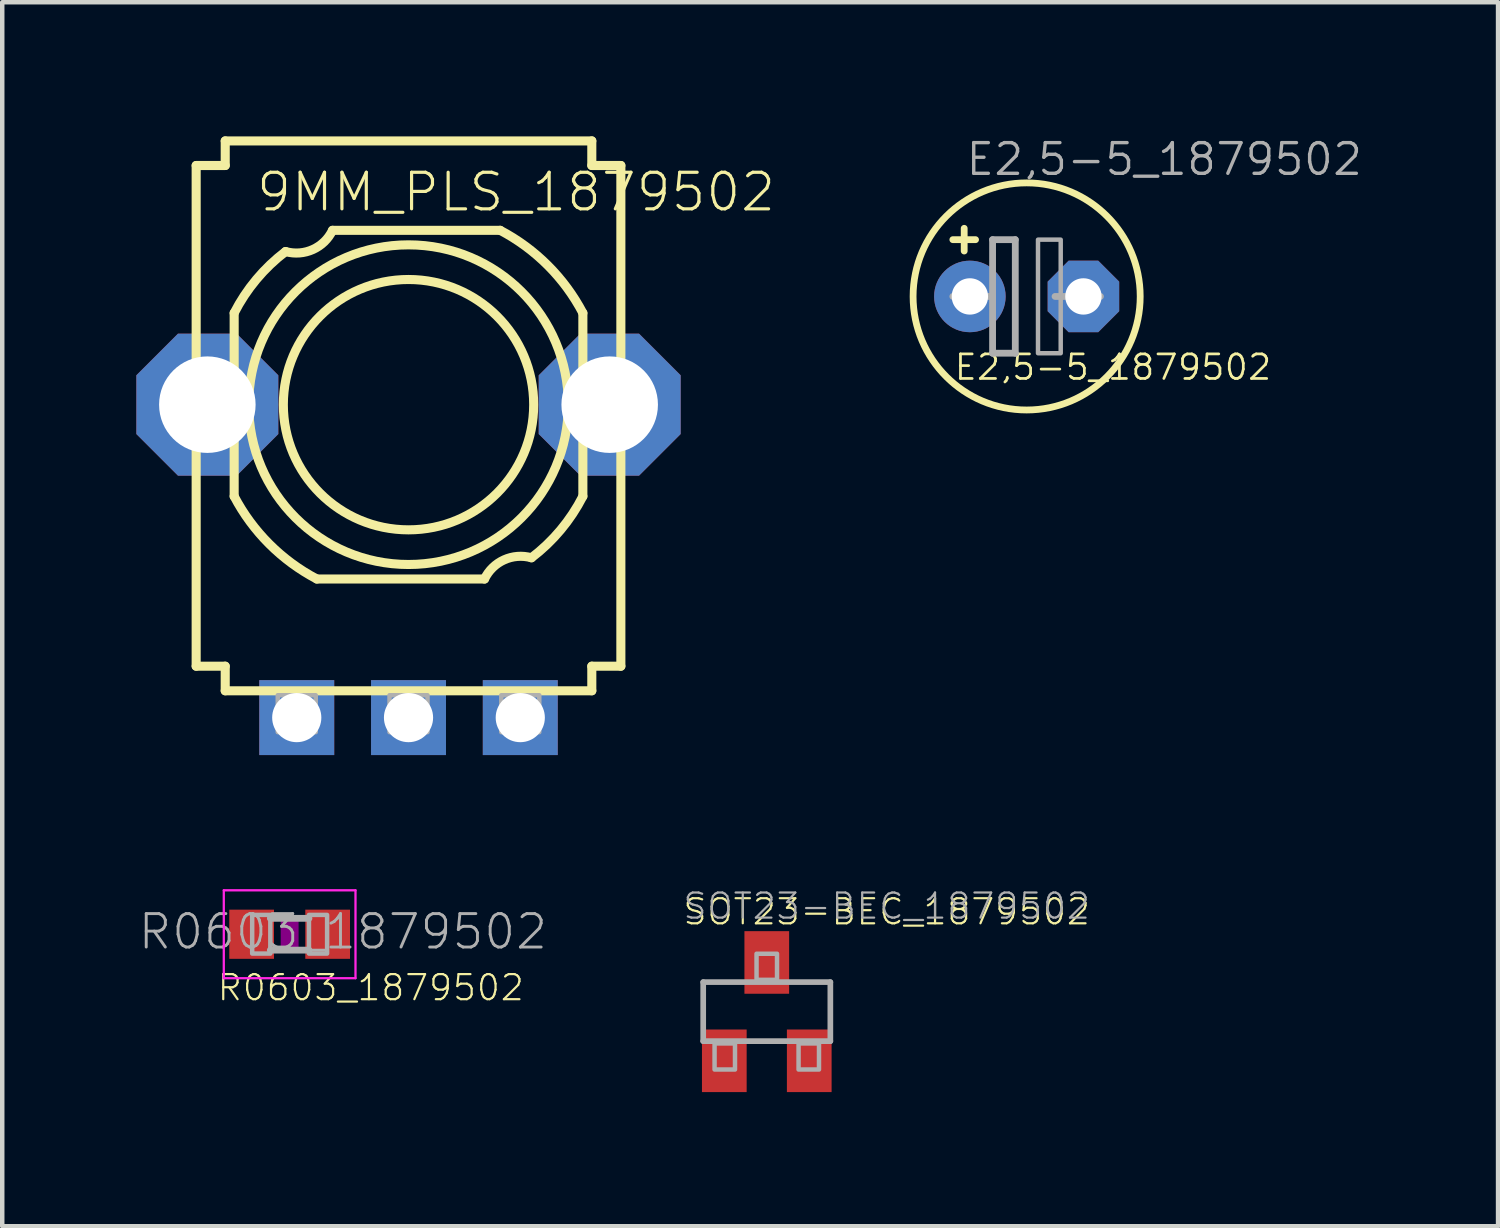
<source format=kicad_pcb>
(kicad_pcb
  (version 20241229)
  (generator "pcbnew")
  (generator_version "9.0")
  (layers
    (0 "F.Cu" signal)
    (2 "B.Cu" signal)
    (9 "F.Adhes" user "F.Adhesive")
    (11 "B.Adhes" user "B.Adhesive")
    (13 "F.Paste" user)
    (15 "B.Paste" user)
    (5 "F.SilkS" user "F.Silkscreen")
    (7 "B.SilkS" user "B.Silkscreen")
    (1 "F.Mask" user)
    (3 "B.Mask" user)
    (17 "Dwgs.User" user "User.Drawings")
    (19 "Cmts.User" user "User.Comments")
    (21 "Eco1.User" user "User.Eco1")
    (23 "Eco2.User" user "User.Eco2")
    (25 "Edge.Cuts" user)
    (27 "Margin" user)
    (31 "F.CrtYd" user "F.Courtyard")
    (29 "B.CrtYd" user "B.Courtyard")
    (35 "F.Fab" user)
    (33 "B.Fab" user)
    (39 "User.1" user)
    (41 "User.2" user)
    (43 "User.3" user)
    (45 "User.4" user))
  (footprint "E2,5-5_1879502"
    (layer "F.Cu")
    (at 19.915 3.581)
    (property "Reference" "E2,5-5_1879502" (at -1.651 1.905 0) (unlocked yes) (layer "F.SilkS") (effects (font (size 0.549 0.549) (thickness 0.061)) (justify left bottom)))
    (fp_line (start -1.651 -1.27) (end -1.397 -1.27) (stroke (width 0.152) (type solid)) (layer "F.SilkS"))
    (fp_line (start -1.397 -1.27) (end -1.397 -1.524) (stroke (width 0.152) (type solid)) (layer "F.SilkS"))
    (fp_line (start -1.397 -1.27) (end -1.143 -1.27) (stroke (width 0.152) (type solid)) (layer "F.SilkS"))
    (fp_line (start -1.397 -1.016) (end -1.397 -1.27) (stroke (width 0.152) (type solid)) (layer "F.SilkS"))
    (fp_circle (center 0 0) (end 2.54 0) (stroke (width 0.152) (type solid)) (fill no) (layer "F.SilkS"))
    (fp_line (start -1.651 0) (end -0.762 0) (stroke (width 0.152) (type solid)) (layer "F.Fab"))
    (fp_line (start -0.762 -1.27) (end -0.762 0) (stroke (width 0.152) (type solid)) (layer "F.Fab"))
    (fp_line (start -0.762 0) (end -0.762 1.27) (stroke (width 0.152) (type solid)) (layer "F.Fab"))
    (fp_line (start -0.762 1.27) (end -0.254 1.27) (stroke (width 0.152) (type solid)) (layer "F.Fab"))
    (fp_line (start -0.254 -1.27) (end -0.762 -1.27) (stroke (width 0.152) (type solid)) (layer "F.Fab"))
    (fp_line (start -0.254 1.27) (end -0.254 -1.27) (stroke (width 0.152) (type solid)) (layer "F.Fab"))
    (fp_line (start 0.635 0) (end 1.651 0) (stroke (width 0.152) (type solid)) (layer "F.Fab"))
    (fp_poly (pts (xy 0.254 1.27) (xy 0.762 1.27) (xy 0.762 -1.27) (xy 0.254 -1.27)) (stroke (width 0.1) (type default)) (fill no) (layer "F.Fab"))
    (fp_text user "${REFERENCE}" (at -1.397 -2.667 0) (unlocked yes) (layer "F.Fab") (effects (font (size 0.686 0.686) (thickness 0.076)) (justify left bottom)))
    (pad "+" thru_hole circle (at -1.27 0) (size 1.6 1.6) (drill 0.813) (layers "*.Cu" "*.Mask"))
    (pad "-" thru_hole roundrect (at 1.27 0) (size 1.6 1.6) (drill 0.813) (layers "*.Cu" "*.Mask") (roundrect_rratio 0.25) (chamfer_ratio 0.293) (chamfer top_left top_right bottom_left bottom_right)))
  (footprint "R0603_1879502"
    (layer "F.Cu")
    (at 3.429 17.848)
    (property "Reference" "R0603_1879502" (at -1.651 1.524 0) (unlocked yes) (layer "F.SilkS") (effects (font (size 0.561 0.561) (thickness 0.049)) (justify left bottom)))
    (fp_poly (pts (xy -0.2 0.4) (xy 0.2 0.4) (xy 0.2 -0.4) (xy -0.2 -0.4)) (stroke (width 0) (type default)) (fill yes) (layer "F.Adhes"))
    (fp_line (start -1.473 -0.983) (end 1.473 -0.983) (stroke (width 0.051) (type solid)) (layer "F.CrtYd"))
    (fp_line (start -1.473 0.983) (end -1.473 -0.983) (stroke (width 0.051) (type solid)) (layer "F.CrtYd"))
    (fp_line (start 1.473 -0.983) (end 1.473 0.983) (stroke (width 0.051) (type solid)) (layer "F.CrtYd"))
    (fp_line (start 1.473 0.983) (end -1.473 0.983) (stroke (width 0.051) (type solid)) (layer "F.CrtYd"))
    (fp_line (start -0.432 0.356) (end 0.432 0.356) (stroke (width 0.152) (type solid)) (layer "F.Fab"))
    (fp_line (start 0.432 -0.356) (end -0.432 -0.356) (stroke (width 0.152) (type solid)) (layer "F.Fab"))
    (fp_poly (pts (xy -0.838 0.432) (xy -0.432 0.432) (xy -0.432 -0.432) (xy -0.838 -0.432)) (stroke (width 0.1) (type default)) (fill no) (layer "F.Fab"))
    (fp_poly (pts (xy 0.432 0.432) (xy 0.838 0.432) (xy 0.838 -0.432) (xy 0.432 -0.432)) (stroke (width 0.1) (type default)) (fill no) (layer "F.Fab"))
    (fp_text user "${REFERENCE}" (at -3.429 0.381 0) (unlocked yes) (layer "F.Fab") (effects (font (size 0.748 0.748) (thickness 0.065)) (justify left bottom)))
    (pad "1" smd rect (at -0.85 0) (size 1 1.1) (layers "F.Cu" "F.Mask" "F.Paste"))
    (pad "2" smd rect (at 0.85 0) (size 1 1.1) (layers "F.Cu" "F.Mask" "F.Paste")))
  (footprint "SOT23-BEC_1879502"
    (layer "F.Cu")
    (at 14.102 19.579)
    (property "Reference" "SOT23-BEC_1879502" (at -1.905 -1.905 0) (unlocked yes) (layer "F.SilkS") (effects (font (size 0.561 0.561) (thickness 0.049)) (justify left bottom)))
    (fp_line (start -1.422 -0.66) (end 1.422 -0.66) (stroke (width 0.127) (type solid)) (layer "F.Fab"))
    (fp_line (start -1.422 0.66) (end -1.422 -0.66) (stroke (width 0.127) (type solid)) (layer "F.Fab"))
    (fp_line (start 1.422 -0.66) (end 1.422 0.66) (stroke (width 0.127) (type solid)) (layer "F.Fab"))
    (fp_line (start 1.422 0.66) (end -1.422 0.66) (stroke (width 0.127) (type solid)) (layer "F.Fab"))
    (fp_poly (pts (xy -1.168 1.295) (xy -0.711 1.295) (xy -0.711 0.711) (xy -1.168 0.711)) (stroke (width 0.1) (type default)) (fill no) (layer "F.Fab"))
    (fp_poly (pts (xy -0.229 -0.711) (xy 0.229 -0.711) (xy 0.229 -1.295) (xy -0.229 -1.295)) (stroke (width 0.1) (type default)) (fill no) (layer "F.Fab"))
    (fp_poly (pts (xy 0.711 1.295) (xy 1.168 1.295) (xy 1.168 0.711) (xy 0.711 0.711)) (stroke (width 0.1) (type default)) (fill no) (layer "F.Fab"))
    (fp_text user "${REFERENCE}" (at -1.905 -2.032 0) (unlocked yes) (layer "F.Fab") (effects (font (size 0.561 0.561) (thickness 0.049)) (justify left bottom)))
    (pad "B" smd rect (at -0.95 1.1) (size 1 1.4) (layers "F.Cu" "F.Mask" "F.Paste"))
    (pad "C" smd rect (at 0 -1.1) (size 1 1.4) (layers "F.Cu" "F.Mask" "F.Paste"))
    (pad "E" smd rect (at 0.95 1.1) (size 1 1.4) (layers "F.Cu" "F.Mask" "F.Paste")))
  (footprint "9MM_PLS_1879502"
    (layer "F.Cu")
    (at 6.088 6.002)
    (property "Reference" "9MM_PLS_1879502" (at -3.445 -4.277 0) (unlocked yes) (layer "F.SilkS") (effects (font (size 0.818 0.818) (thickness 0.071)) (justify left bottom)))
    (fp_line (start -4.75 5.85) (end -4.75 -5.35) (stroke (width 0.203) (type solid)) (layer "F.SilkS"))
    (fp_line (start -4.75 5.85) (end -4.1 5.85) (stroke (width 0.203) (type solid)) (layer "F.SilkS"))
    (fp_line (start -4.1 -5.9) (end -4.1 -5.35) (stroke (width 0.203) (type solid)) (layer "F.SilkS"))
    (fp_line (start -4.1 -5.9) (end 4.1 -5.9) (stroke (width 0.203) (type solid)) (layer "F.SilkS"))
    (fp_line (start -4.1 -5.35) (end -4.75 -5.35) (stroke (width 0.203) (type solid)) (layer "F.SilkS"))
    (fp_line (start -4.1 5.85) (end -4.1 6.4) (stroke (width 0.203) (type solid)) (layer "F.SilkS"))
    (fp_line (start -3.9 -2.05) (end -3.9 2.05) (stroke (width 0.203) (type solid)) (layer "F.SilkS"))
    (fp_line (start -1.7 -3.9) (end 2.05 -3.9) (stroke (width 0.203) (type solid)) (layer "F.SilkS"))
    (fp_line (start 1.7 3.9) (end -2.05 3.9) (stroke (width 0.203) (type solid)) (layer "F.SilkS"))
    (fp_line (start 3.9 2.05) (end 3.9 -2.05) (stroke (width 0.203) (type solid)) (layer "F.SilkS"))
    (fp_line (start 4.1 -5.35) (end 4.1 -5.9) (stroke (width 0.203) (type solid)) (layer "F.SilkS"))
    (fp_line (start 4.1 5.85) (end 4.75 5.85) (stroke (width 0.203) (type solid)) (layer "F.SilkS"))
    (fp_line (start 4.1 6.4) (end -4.1 6.4) (stroke (width 0.203) (type solid)) (layer "F.SilkS"))
    (fp_line (start 4.1 6.4) (end 4.1 5.85) (stroke (width 0.203) (type solid)) (layer "F.SilkS"))
    (fp_line (start 4.75 -5.35) (end 4.1 -5.35) (stroke (width 0.203) (type solid)) (layer "F.SilkS"))
    (fp_line (start 4.75 -5.35) (end 4.75 5.85) (stroke (width 0.203) (type solid)) (layer "F.SilkS"))
    (fp_arc (start -3.9 -2.05) (mid -3.402413 -2.802246) (end -2.75 -3.425) (stroke (width 0.2032) (type solid)) (layer "F.SilkS"))
    (fp_arc (start -2.05 3.9) (mid -3.115486 3.115486) (end -3.9 2.05) (stroke (width 0.2032) (type solid)) (layer "F.SilkS"))
    (fp_arc (start -1.700001 -3.899999) (mid -2.138487 -3.471258) (end -2.75 -3.425) (stroke (width 0.2032) (type solid)) (layer "F.SilkS"))
    (fp_arc (start 1.700001 3.899999) (mid 2.138487 3.471258) (end 2.75 3.425) (stroke (width 0.2032) (type solid)) (layer "F.SilkS"))
    (fp_arc (start 2.05 -3.9) (mid 3.115486 -3.115486) (end 3.9 -2.05) (stroke (width 0.2032) (type solid)) (layer "F.SilkS"))
    (fp_arc (start 3.9 2.05) (mid 3.402413 2.802246) (end 2.75 3.425) (stroke (width 0.2032) (type solid)) (layer "F.SilkS"))
    (fp_circle (center 0 0) (end 2.8 0) (stroke (width 0.203) (type solid)) (fill no) (layer "F.SilkS"))
    (fp_circle (center 0 0) (end 3.575 0) (stroke (width 0.203) (type solid)) (fill no) (layer "F.SilkS"))
    (fp_poly (pts (xy -2.925 7.325) (xy -2.075 7.325) (xy -2.075 6.5) (xy -2.925 6.5)) (stroke (width 0.1) (type default)) (fill no) (layer "F.Fab"))
    (fp_poly (pts (xy -0.425 7.325) (xy 0.425 7.325) (xy 0.425 6.5) (xy -0.425 6.5)) (stroke (width 0.1) (type default)) (fill no) (layer "F.Fab"))
    (fp_poly (pts (xy 2.075 7.325) (xy 2.925 7.325) (xy 2.925 6.5) (xy 2.075 6.5)) (stroke (width 0.1) (type default)) (fill no) (layer "F.Fab"))
    (pad "1" thru_hole rect (at -2.5 7 270) (size 1.676 1.676) (drill 1.1) (layers "*.Cu" "*.Mask"))
    (pad "2" thru_hole rect (at 0 7 270) (size 1.676 1.676) (drill 1.1) (layers "*.Cu" "*.Mask"))
    (pad "3" thru_hole rect (at 2.5 7 270) (size 1.676 1.676) (drill 1.1) (layers "*.Cu" "*.Mask"))
    (pad "M1" thru_hole roundrect (at 4.5 0 270) (size 3.175 3.175) (drill 2.159) (layers "*.Cu" "*.Mask") (roundrect_rratio 0.25) (chamfer_ratio 0.293) (chamfer top_left top_right bottom_left bottom_right))
    (pad "M2" thru_hole roundrect (at -4.5 0 270) (size 3.175 3.175) (drill 2.159) (layers "*.Cu" "*.Mask") (roundrect_rratio 0.25) (chamfer_ratio 0.293) (chamfer top_left top_right bottom_left bottom_right)))
  (gr_rect
    (start -3 -3)
    (end 30.46 24.379)
    (stroke (width 0.1) (type default))
    (fill no)
    (layer "Edge.Cuts")))
</source>
